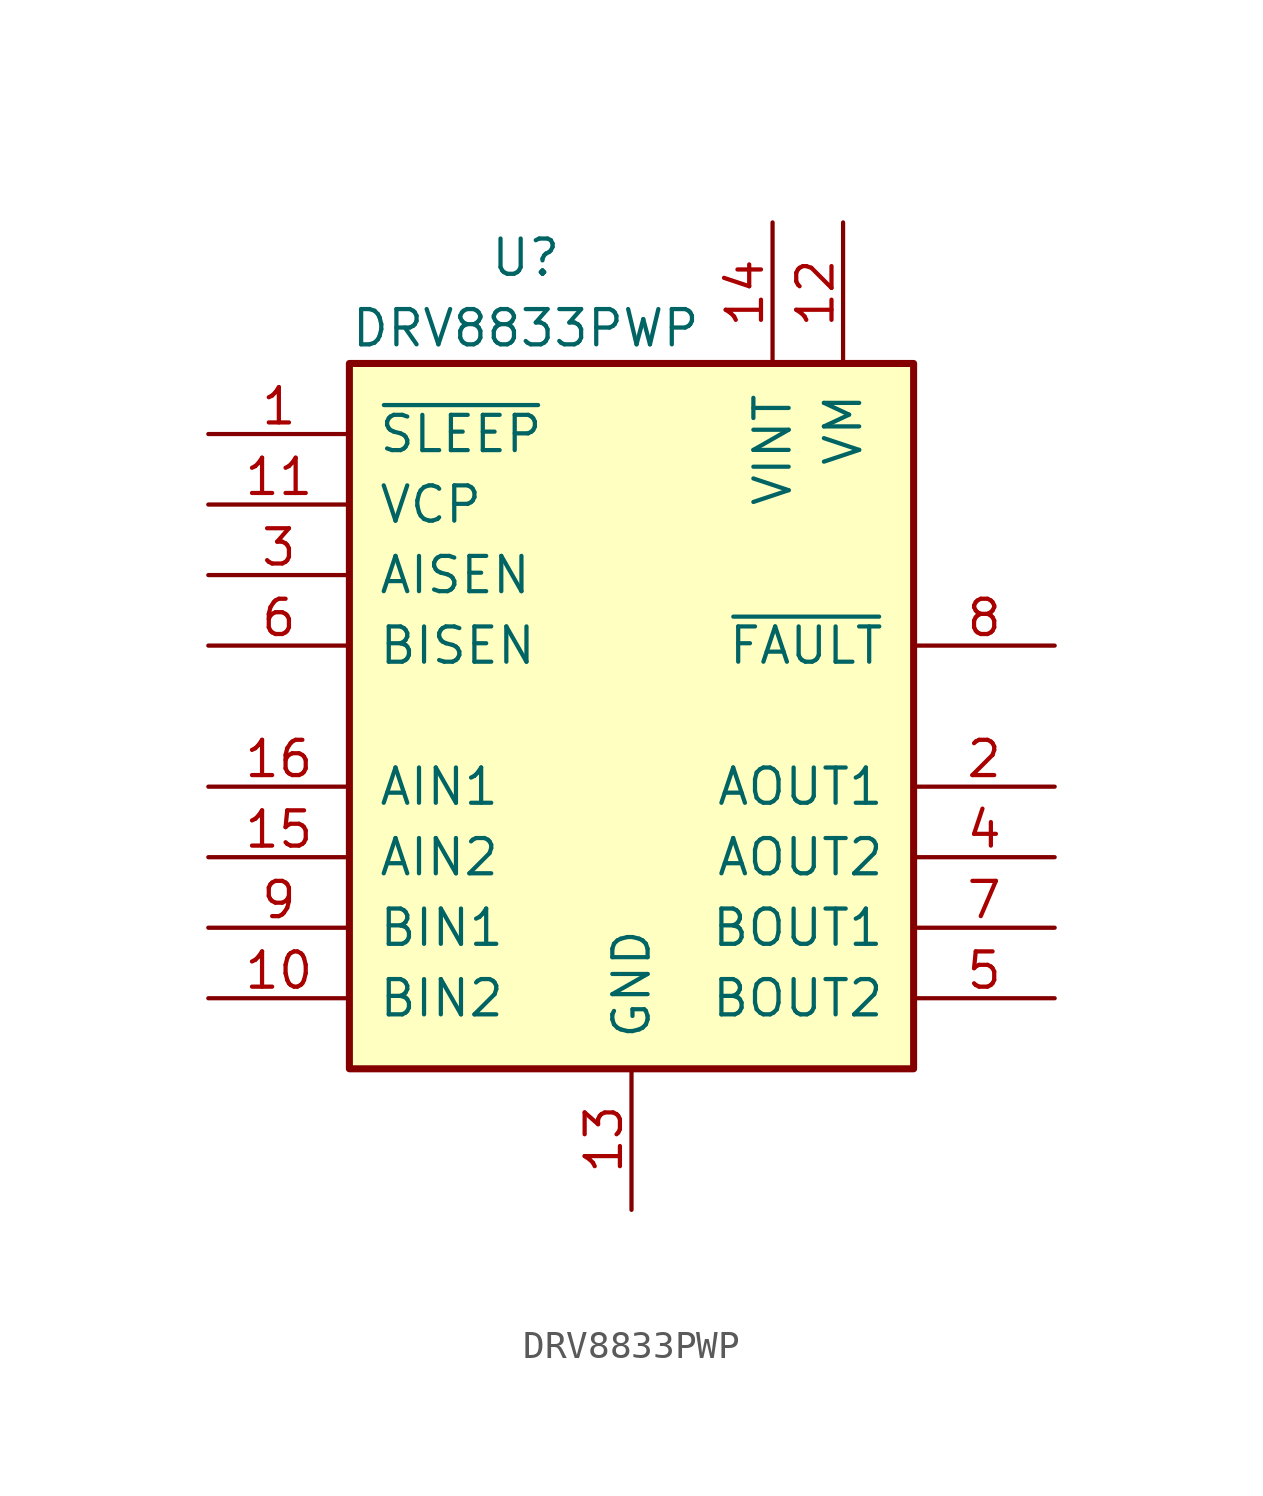
<source format=kicad_sym>
(kicad_symbol_lib
  (version 20231120)
  (generator "kicad_symbol_editor")
  (generator_version "8.0")
  (symbol "DRV8833PWP"
    (pin_names
      (offset 1.016))
    (property "Reference" "U"
      (at -3.81 16.51 0)
      (effects (font (size 1.27 1.27))))
    (property "Value" "DRV8833PWP"
      (at -3.81 13.97 0)
      (effects (font (size 1.27 1.27))))
    (symbol "DRV8833PWP_0_1"
      (rectangle (start -10.16 12.7) (end 10.16 -12.7) (stroke (width 0.254) (type default)) (fill (type background))))
    (symbol "DRV8833PWP_1_1"
      (pin passive line (at -15.24 10.16 0) (length 5.08) (name "~{SLEEP}" (effects (font (size 1.27 1.27)))) (number "1" (effects (font (size 1.27 1.27)))))
      (pin passive line (at -15.24 -10.16 0) (length 5.08) (name "BIN2" (effects (font (size 1.27 1.27)))) (number "10" (effects (font (size 1.27 1.27)))))
      (pin passive line (at -15.24 7.62 0) (length 5.08) (name "VCP" (effects (font (size 1.27 1.27)))) (number "11" (effects (font (size 1.27 1.27)))))
      (pin passive line (at 7.62 17.78 270) (length 5.08) (name "VM" (effects (font (size 1.27 1.27)))) (number "12" (effects (font (size 1.27 1.27)))))
      (pin passive line (at 0 -17.78 90) (length 5.08) (name "GND" (effects (font (size 1.27 1.27)))) (number "13" (effects (font (size 1.27 1.27)))))
      (pin passive line (at 5.08 17.78 270) (length 5.08) (name "VINT" (effects (font (size 1.27 1.27)))) (number "14" (effects (font (size 1.27 1.27)))))
      (pin passive line (at -15.24 -5.08 0) (length 5.08) (name "AIN2" (effects (font (size 1.27 1.27)))) (number "15" (effects (font (size 1.27 1.27)))))
      (pin passive line (at -15.24 -2.54 0) (length 5.08) (name "AIN1" (effects (font (size 1.27 1.27)))) (number "16" (effects (font (size 1.27 1.27)))))
      (pin passive line (at 0 -17.78 90) (length 5.08) hide (name "GND" (effects (font (size 1.27 1.27)))) (number "17" (effects (font (size 1.27 1.27)))))
      (pin passive line (at 15.24 -2.54 180) (length 5.08) (name "AOUT1" (effects (font (size 1.27 1.27)))) (number "2" (effects (font (size 1.27 1.27)))))
      (pin passive line (at -15.24 5.08 0) (length 5.08) (name "AISEN" (effects (font (size 1.27 1.27)))) (number "3" (effects (font (size 1.27 1.27)))))
      (pin passive line (at 15.24 -5.08 180) (length 5.08) (name "AOUT2" (effects (font (size 1.27 1.27)))) (number "4" (effects (font (size 1.27 1.27)))))
      (pin passive line (at 15.24 -10.16 180) (length 5.08) (name "BOUT2" (effects (font (size 1.27 1.27)))) (number "5" (effects (font (size 1.27 1.27)))))
      (pin passive line (at -15.24 2.54 0) (length 5.08) (name "BISEN" (effects (font (size 1.27 1.27)))) (number "6" (effects (font (size 1.27 1.27)))))
      (pin passive line (at 15.24 -7.62 180) (length 5.08) (name "BOUT1" (effects (font (size 1.27 1.27)))) (number "7" (effects (font (size 1.27 1.27)))))
      (pin passive line (at 15.24 2.54 180) (length 5.08) (name "~{FAULT}" (effects (font (size 1.27 1.27)))) (number "8" (effects (font (size 1.27 1.27)))))
      (pin passive line (at -15.24 -7.62 0) (length 5.08) (name "BIN1" (effects (font (size 1.27 1.27)))) (number "9" (effects (font (size 1.27 1.27))))))))
</source>
